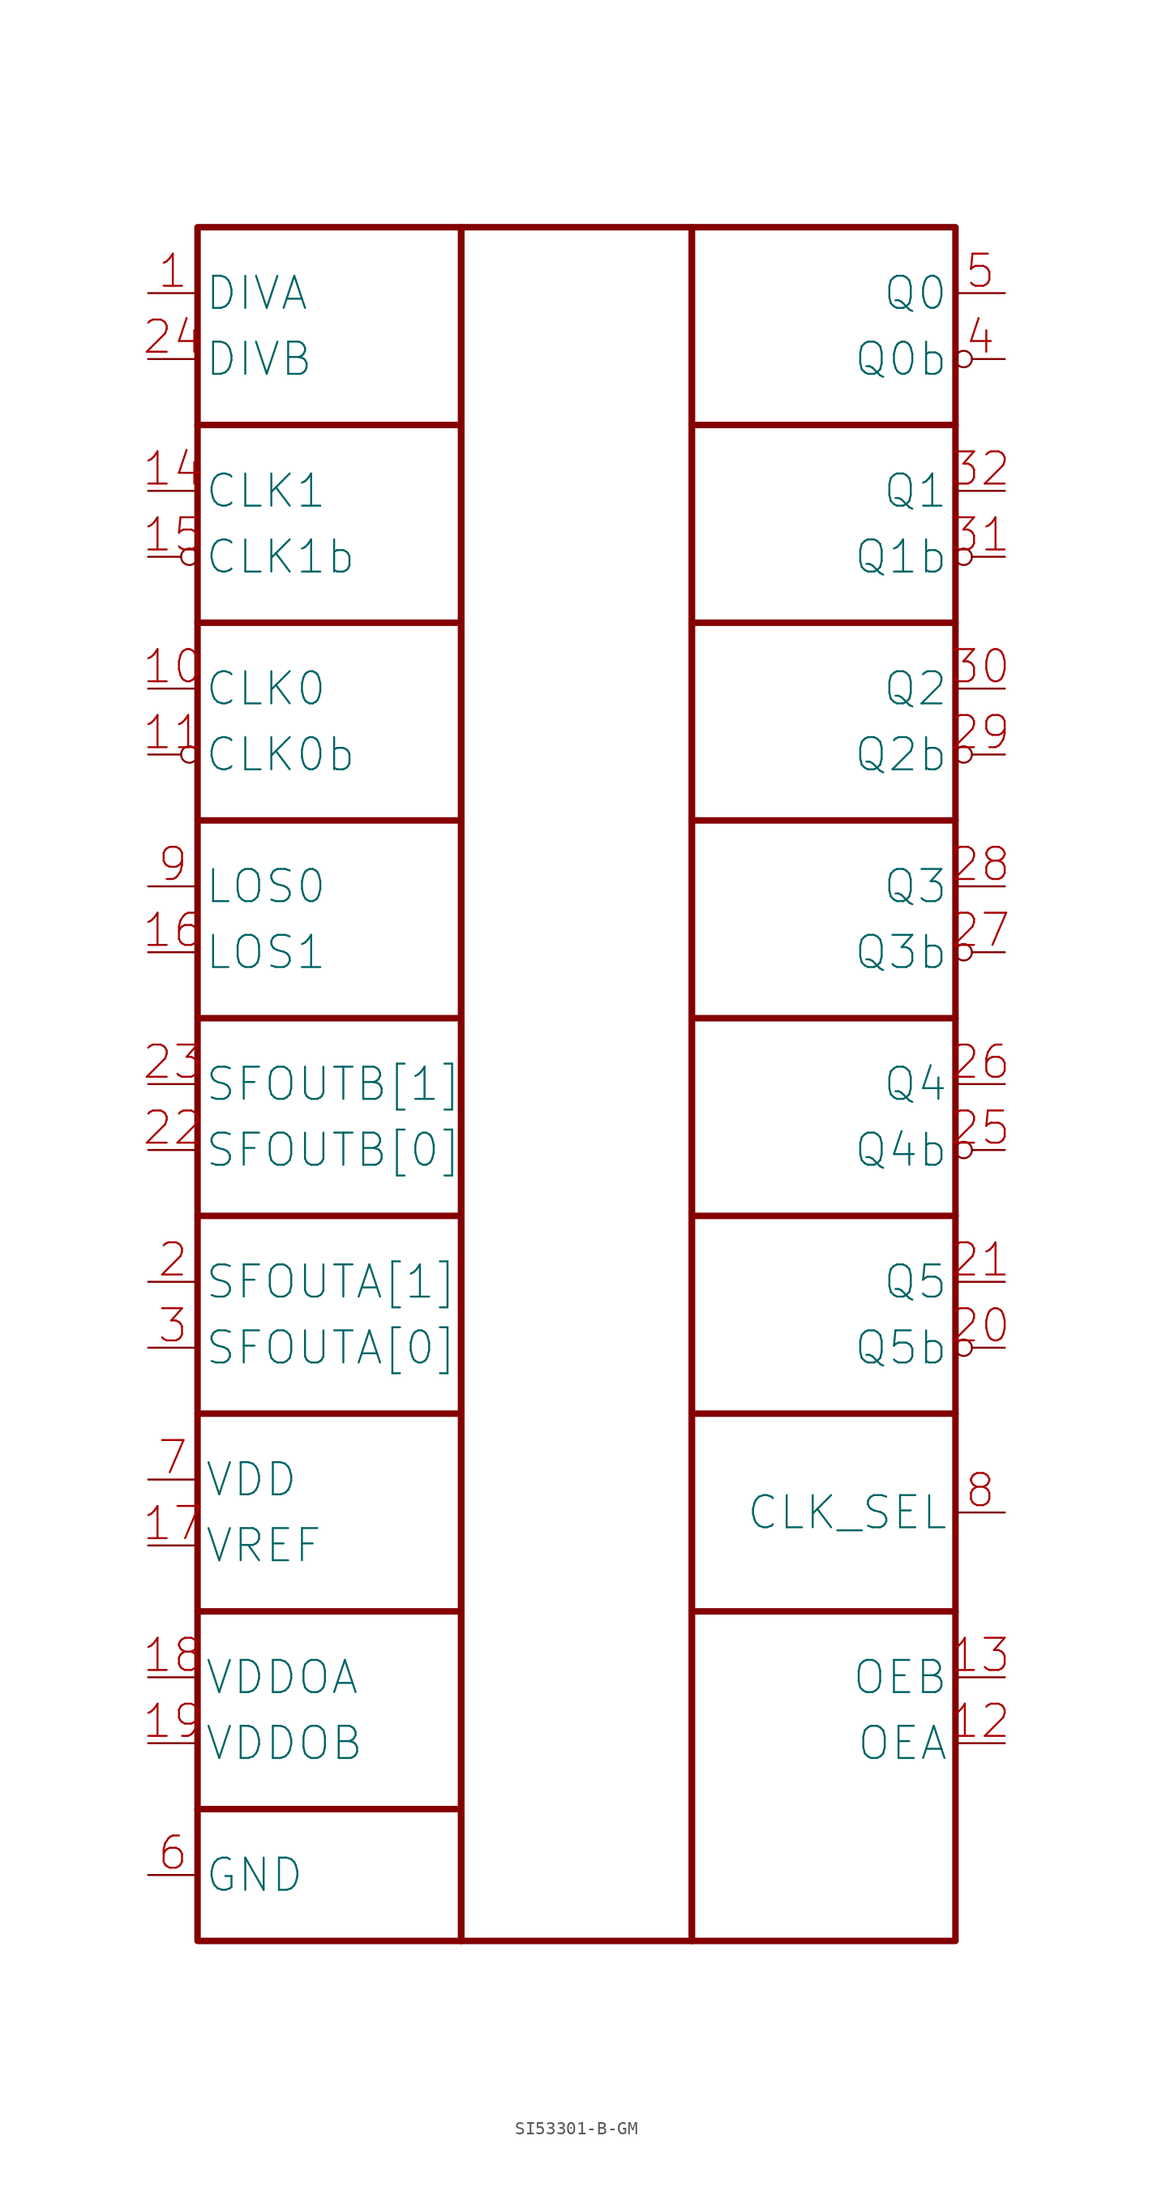
<source format=kicad_sym>
(kicad_symbol_lib
  (version 20241209)
  (generator "kicad_symbol_editor")
  (generator_version "9.0")
  (symbol "SI53301-B-GM"
    (property "Reference" "SI53301"
      (at 30.069 -4.282 0)
      (effects (font (size 2.48 2.48)) (hide yes)))
    (symbol "SI53301-B-GM_0_1"
      (rectangle (start -0.157 0.036) (end 20.163 -132.043) (stroke (width 0.5) (type default)) (fill (type none)))
      (polyline (pts (xy -0.157 -106.644) (xy 20.163 -106.644)) (stroke (width 0.5) (type default)) (fill (type none)))
      (polyline (pts (xy -0.157 -121.883) (xy 20.163 -121.883)) (stroke (width 0.5) (type default)) (fill (type none)))
      (rectangle (start 20.163 0.036) (end 37.943 -132.043) (stroke (width 0.5) (type default)) (fill (type none)))
      (rectangle (start 37.943 0.036) (end 58.263 -132.043) (stroke (width 0.5) (type default)) (fill (type none)))
      (polyline (pts (xy 37.943 -15.204) (xy 58.263 -15.204)) (stroke (width 0.5) (type default)) (fill (type none)))
      (polyline (pts (xy 37.943 -30.444) (xy 58.263 -30.444)) (stroke (width 0.5) (type default)) (fill (type none)))
      (polyline (pts (xy 37.943 -45.684) (xy 58.263 -45.684)) (stroke (width 0.5) (type default)) (fill (type none)))
      (polyline (pts (xy 37.943 -60.923) (xy 58.263 -60.923)) (stroke (width 0.5) (type default)) (fill (type none)))
      (polyline (pts (xy 37.943 -76.163) (xy 58.263 -76.163)) (stroke (width 0.5) (type default)) (fill (type none)))
      (polyline (pts (xy 37.943 -91.403) (xy 58.263 -91.403)) (stroke (width 0.5) (type default)) (fill (type none))))
    (symbol "SI53301-B-GM_1_1"
      (polyline (pts (xy -0.157 -45.684) (xy 20.163 -45.684)) (stroke (width 0.5) (type solid)) (fill (type none)))
      (polyline (pts (xy -0.157 -91.403) (xy 20.163 -91.403)) (stroke (width 0.5) (type solid)) (fill (type none)))
      (polyline (pts (xy 20.163 -15.204) (xy -0.157 -15.204)) (stroke (width 0.5) (type solid)) (fill (type none)))
      (polyline (pts (xy 20.163 -30.444) (xy -0.157 -30.444)) (stroke (width 0.5) (type solid)) (fill (type none)))
      (polyline (pts (xy 20.163 -60.923) (xy -0.157 -60.923)) (stroke (width 0.5) (type solid)) (fill (type none)))
      (polyline (pts (xy 20.163 -76.163) (xy -0.157 -76.163)) (stroke (width 0.5) (type solid)) (fill (type none)))
      (polyline (pts (xy 37.943 -106.644) (xy 58.263 -106.644)) (stroke (width 0.5) (type solid)) (fill (type none)))
      (pin tri_state line (at -3.967 -5.043 0) (length 3.81) (name "DIVA" (effects (font (size 2.48 2.48)))) (number "1" (effects (font (size 2.48 2.48)))))
      (pin tri_state line (at -3.967 -10.123 0) (length 3.81) (name "DIVB" (effects (font (size 2.48 2.48)))) (number "24" (effects (font (size 2.48 2.48)))))
      (pin input line (at -3.967 -20.284 0) (length 3.81) (name "CLK1" (effects (font (size 2.48 2.48)))) (number "14" (effects (font (size 2.48 2.48)))))
      (pin input inverted (at -3.967 -25.363 0) (length 3.81) (name "CLK1b" (effects (font (size 2.48 2.48)))) (number "15" (effects (font (size 2.48 2.48)))))
      (pin input line (at -3.967 -35.523 0) (length 3.81) (name "CLK0" (effects (font (size 2.48 2.48)))) (number "10" (effects (font (size 2.48 2.48)))))
      (pin input inverted (at -3.967 -40.603 0) (length 3.81) (name "CLK0b" (effects (font (size 2.48 2.48)))) (number "11" (effects (font (size 2.48 2.48)))))
      (pin output line (at -3.967 -50.764 0) (length 3.81) (name "LOS0" (effects (font (size 2.48 2.48)))) (number "9" (effects (font (size 2.48 2.48)))))
      (pin output line (at -3.967 -55.843 0) (length 3.81) (name "LOS1" (effects (font (size 2.48 2.48)))) (number "16" (effects (font (size 2.48 2.48)))))
      (pin tri_state line (at -3.967 -66.004 0) (length 3.81) (name "SFOUTB[1]" (effects (font (size 2.48 2.48)))) (number "23" (effects (font (size 2.48 2.48)))))
      (pin tri_state line (at -3.967 -71.084 0) (length 3.81) (name "SFOUTB[0]" (effects (font (size 2.48 2.48)))) (number "22" (effects (font (size 2.48 2.48)))))
      (pin tri_state line (at -3.967 -81.243 0) (length 3.81) (name "SFOUTA[1]" (effects (font (size 2.48 2.48)))) (number "2" (effects (font (size 2.48 2.48)))))
      (pin tri_state line (at -3.967 -86.323 0) (length 3.81) (name "SFOUTA[0]" (effects (font (size 2.48 2.48)))) (number "3" (effects (font (size 2.48 2.48)))))
      (pin power_in line (at -3.967 -96.484 0) (length 3.81) (name "VDD" (effects (font (size 2.48 2.48)))) (number "7" (effects (font (size 2.48 2.48)))))
      (pin output line (at -3.967 -101.564 0) (length 3.81) (name "VREF" (effects (font (size 2.48 2.48)))) (number "17" (effects (font (size 2.48 2.48)))))
      (pin power_out line (at -3.967 -111.724 0) (length 3.81) (name "VDDOA" (effects (font (size 2.48 2.48)))) (number "18" (effects (font (size 2.48 2.48)))))
      (pin power_out line (at -3.967 -116.803 0) (length 3.81) (name "VDDOB" (effects (font (size 2.48 2.48)))) (number "19" (effects (font (size 2.48 2.48)))))
      (pin bidirectional line (at -3.967 -126.963 0) (length 3.81) (name "GND" (effects (font (size 2.48 2.48)))) (number "6" (effects (font (size 2.48 2.48)))))
      (pin output line (at 62.073 -5.043 180) (length 3.81) (name "Q0" (effects (font (size 2.48 2.48)))) (number "5" (effects (font (size 2.48 2.48)))))
      (pin output inverted (at 62.073 -10.123 180) (length 3.81) (name "Q0b" (effects (font (size 2.48 2.48)))) (number "4" (effects (font (size 2.48 2.48)))))
      (pin output line (at 62.073 -20.284 180) (length 3.81) (name "Q1" (effects (font (size 2.48 2.48)))) (number "32" (effects (font (size 2.48 2.48)))))
      (pin output inverted (at 62.073 -25.363 180) (length 3.81) (name "Q1b" (effects (font (size 2.48 2.48)))) (number "31" (effects (font (size 2.48 2.48)))))
      (pin output line (at 62.073 -35.523 180) (length 3.81) (name "Q2" (effects (font (size 2.48 2.48)))) (number "30" (effects (font (size 2.48 2.48)))))
      (pin output inverted (at 62.073 -40.603 180) (length 3.81) (name "Q2b" (effects (font (size 2.48 2.48)))) (number "29" (effects (font (size 2.48 2.48)))))
      (pin output line (at 62.073 -50.764 180) (length 3.81) (name "Q3" (effects (font (size 2.48 2.48)))) (number "28" (effects (font (size 2.48 2.48)))))
      (pin output inverted (at 62.073 -55.843 180) (length 3.81) (name "Q3b" (effects (font (size 2.48 2.48)))) (number "27" (effects (font (size 2.48 2.48)))))
      (pin output line (at 62.073 -66.004 180) (length 3.81) (name "Q4" (effects (font (size 2.48 2.48)))) (number "26" (effects (font (size 2.48 2.48)))))
      (pin output inverted (at 62.073 -71.084 180) (length 3.81) (name "Q4b" (effects (font (size 2.48 2.48)))) (number "25" (effects (font (size 2.48 2.48)))))
      (pin output line (at 62.073 -81.243 180) (length 3.81) (name "Q5" (effects (font (size 2.48 2.48)))) (number "21" (effects (font (size 2.48 2.48)))))
      (pin output inverted (at 62.073 -86.323 180) (length 3.81) (name "Q5b" (effects (font (size 2.48 2.48)))) (number "20" (effects (font (size 2.48 2.48)))))
      (pin input line (at 62.073 -99.023 180) (length 3.81) (name "CLK_SEL" (effects (font (size 2.48 2.48)))) (number "8" (effects (font (size 2.48 2.48)))))
      (pin input line (at 62.073 -111.724 180) (length 3.81) (name "OEB" (effects (font (size 2.48 2.48)))) (number "13" (effects (font (size 2.48 2.48)))))
      (pin input line (at 62.073 -116.803 180) (length 3.81) (name "OEA" (effects (font (size 2.48 2.48)))) (number "12" (effects (font (size 2.48 2.48))))))))
</source>
